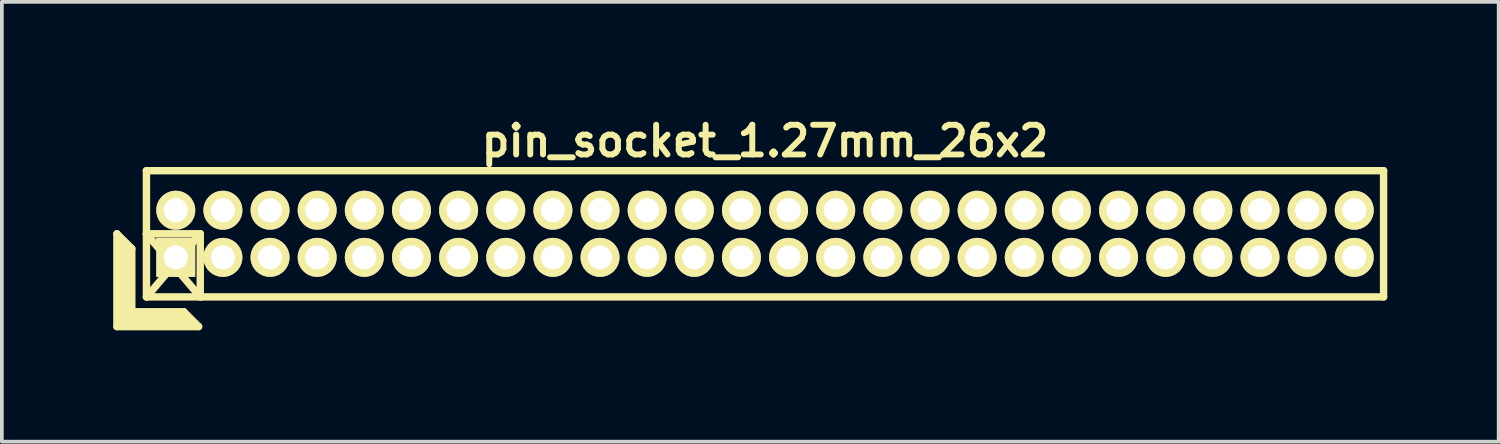
<source format=kicad_pcb>
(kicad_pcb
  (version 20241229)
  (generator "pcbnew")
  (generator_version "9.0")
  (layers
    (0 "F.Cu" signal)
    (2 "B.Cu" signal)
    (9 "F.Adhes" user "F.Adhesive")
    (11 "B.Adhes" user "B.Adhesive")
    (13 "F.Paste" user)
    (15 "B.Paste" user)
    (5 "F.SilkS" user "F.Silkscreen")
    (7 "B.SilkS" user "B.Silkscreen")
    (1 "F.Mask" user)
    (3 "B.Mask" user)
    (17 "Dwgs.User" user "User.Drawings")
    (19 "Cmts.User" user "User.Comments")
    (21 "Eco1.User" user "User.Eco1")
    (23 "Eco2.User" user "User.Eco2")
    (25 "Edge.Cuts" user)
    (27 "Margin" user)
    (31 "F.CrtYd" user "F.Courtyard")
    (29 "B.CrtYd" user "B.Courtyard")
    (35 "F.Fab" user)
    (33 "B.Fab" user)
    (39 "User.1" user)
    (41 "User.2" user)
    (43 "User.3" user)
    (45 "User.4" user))
  (footprint "pin_socket_1.27mm_26x2"
    (layer "F.Cu")
    (at 17.56 3.249)
    (property "Reference" "pin_socket_1.27mm_26x2" (at 0 -2.5 0) (layer "F.SilkS") (effects (font (size 0.8 0.8) (thickness 0.16))))
    (attr through_hole)
    (fp_line (start -17.46 0) (end -17.46 2.5) (stroke (width 0.2) (type solid)) (layer "F.SilkS"))
    (fp_line (start -17.46 0) (end -17.06 0.4) (stroke (width 0.2) (type solid)) (layer "F.SilkS"))
    (fp_line (start -17.46 2.5) (end -15.26 2.5) (stroke (width 0.2) (type solid)) (layer "F.SilkS"))
    (fp_line (start -17.36 2.4) (end -17.36 0.2) (stroke (width 0.2) (type solid)) (layer "F.SilkS"))
    (fp_line (start -17.36 2.4) (end -15.46 2.4) (stroke (width 0.2) (type solid)) (layer "F.SilkS"))
    (fp_line (start -17.26 2.3) (end -17.26 0.3) (stroke (width 0.2) (type solid)) (layer "F.SilkS"))
    (fp_line (start -17.26 2.3) (end -15.56 2.3) (stroke (width 0.2) (type solid)) (layer "F.SilkS"))
    (fp_line (start -17.16 2.2) (end -17.16 0.4) (stroke (width 0.2) (type solid)) (layer "F.SilkS"))
    (fp_line (start -17.16 2.2) (end -15.66 2.2) (stroke (width 0.2) (type solid)) (layer "F.SilkS"))
    (fp_line (start -17.06 2.1) (end -17.06 0.4) (stroke (width 0.2) (type solid)) (layer "F.SilkS"))
    (fp_line (start -17.06 2.1) (end -15.66 2.1) (stroke (width 0.2) (type solid)) (layer "F.SilkS"))
    (fp_line (start -16.665 -1.7) (end 16.665 -1.7) (stroke (width 0.2) (type solid)) (layer "F.SilkS"))
    (fp_line (start -16.665 0) (end -15.215 0) (stroke (width 0.2) (type solid)) (layer "F.SilkS"))
    (fp_line (start -16.665 0) (end -15.215 1.7) (stroke (width 0.2) (type solid)) (layer "F.SilkS"))
    (fp_line (start -16.665 1.7) (end -16.665 -1.7) (stroke (width 0.2) (type solid)) (layer "F.SilkS"))
    (fp_line (start -15.66 2.1) (end -15.26 2.5) (stroke (width 0.2) (type solid)) (layer "F.SilkS"))
    (fp_line (start -15.215 0) (end -16.66 1.7) (stroke (width 0.2) (type solid)) (layer "F.SilkS"))
    (fp_line (start -15.215 0) (end -15.215 1.7) (stroke (width 0.2) (type solid)) (layer "F.SilkS"))
    (fp_line (start 16.665 -1.7) (end 16.665 1.7) (stroke (width 0.2) (type solid)) (layer "F.SilkS"))
    (fp_line (start 16.665 1.7) (end -16.665 1.7) (stroke (width 0.2) (type solid)) (layer "F.SilkS"))
    (pad "1" thru_hole rect (at -15.875 0.635) (size 1.05 1.05) (drill 0.65) (layers "*.Cu" "*.Mask" "F.SilkS"))
    (pad "2" thru_hole oval (at -15.875 -0.635) (size 1.05 1.05) (drill 0.65) (layers "*.Cu" "*.Mask" "F.SilkS"))
    (pad "3" thru_hole oval (at -14.605 0.635) (size 1.05 1.05) (drill 0.65) (layers "*.Cu" "*.Mask" "F.SilkS"))
    (pad "4" thru_hole oval (at -14.605 -0.635) (size 1.05 1.05) (drill 0.65) (layers "*.Cu" "*.Mask" "F.SilkS"))
    (pad "5" thru_hole oval (at -13.335 0.635) (size 1.05 1.05) (drill 0.65) (layers "*.Cu" "*.Mask" "F.SilkS"))
    (pad "6" thru_hole oval (at -13.335 -0.635) (size 1.05 1.05) (drill 0.65) (layers "*.Cu" "*.Mask" "F.SilkS"))
    (pad "7" thru_hole oval (at -12.065 0.635) (size 1.05 1.05) (drill 0.65) (layers "*.Cu" "*.Mask" "F.SilkS"))
    (pad "8" thru_hole oval (at -12.065 -0.635) (size 1.05 1.05) (drill 0.65) (layers "*.Cu" "*.Mask" "F.SilkS"))
    (pad "9" thru_hole oval (at -10.795 0.635) (size 1.05 1.05) (drill 0.65) (layers "*.Cu" "*.Mask" "F.SilkS"))
    (pad "10" thru_hole oval (at -10.795 -0.635) (size 1.05 1.05) (drill 0.65) (layers "*.Cu" "*.Mask" "F.SilkS"))
    (pad "11" thru_hole oval (at -9.525 0.635) (size 1.05 1.05) (drill 0.65) (layers "*.Cu" "*.Mask" "F.SilkS"))
    (pad "12" thru_hole oval (at -9.525 -0.635) (size 1.05 1.05) (drill 0.65) (layers "*.Cu" "*.Mask" "F.SilkS"))
    (pad "13" thru_hole oval (at -8.255 0.635) (size 1.05 1.05) (drill 0.65) (layers "*.Cu" "*.Mask" "F.SilkS"))
    (pad "14" thru_hole oval (at -8.255 -0.635) (size 1.05 1.05) (drill 0.65) (layers "*.Cu" "*.Mask" "F.SilkS"))
    (pad "15" thru_hole oval (at -6.985 0.635) (size 1.05 1.05) (drill 0.65) (layers "*.Cu" "*.Mask" "F.SilkS"))
    (pad "16" thru_hole oval (at -6.985 -0.635) (size 1.05 1.05) (drill 0.65) (layers "*.Cu" "*.Mask" "F.SilkS"))
    (pad "17" thru_hole oval (at -5.715 0.635) (size 1.05 1.05) (drill 0.65) (layers "*.Cu" "*.Mask" "F.SilkS"))
    (pad "18" thru_hole oval (at -5.715 -0.635) (size 1.05 1.05) (drill 0.65) (layers "*.Cu" "*.Mask" "F.SilkS"))
    (pad "19" thru_hole oval (at -4.445 0.635) (size 1.05 1.05) (drill 0.65) (layers "*.Cu" "*.Mask" "F.SilkS"))
    (pad "20" thru_hole oval (at -4.445 -0.635) (size 1.05 1.05) (drill 0.65) (layers "*.Cu" "*.Mask" "F.SilkS"))
    (pad "21" thru_hole oval (at -3.175 0.635) (size 1.05 1.05) (drill 0.65) (layers "*.Cu" "*.Mask" "F.SilkS"))
    (pad "22" thru_hole oval (at -3.175 -0.635) (size 1.05 1.05) (drill 0.65) (layers "*.Cu" "*.Mask" "F.SilkS"))
    (pad "23" thru_hole oval (at -1.905 0.635) (size 1.05 1.05) (drill 0.65) (layers "*.Cu" "*.Mask" "F.SilkS"))
    (pad "24" thru_hole oval (at -1.905 -0.635) (size 1.05 1.05) (drill 0.65) (layers "*.Cu" "*.Mask" "F.SilkS"))
    (pad "25" thru_hole oval (at -0.635 0.635) (size 1.05 1.05) (drill 0.65) (layers "*.Cu" "*.Mask" "F.SilkS"))
    (pad "26" thru_hole oval (at -0.635 -0.635) (size 1.05 1.05) (drill 0.65) (layers "*.Cu" "*.Mask" "F.SilkS"))
    (pad "27" thru_hole oval (at 0.635 0.635) (size 1.05 1.05) (drill 0.65) (layers "*.Cu" "*.Mask" "F.SilkS"))
    (pad "28" thru_hole oval (at 0.635 -0.635) (size 1.05 1.05) (drill 0.65) (layers "*.Cu" "*.Mask" "F.SilkS"))
    (pad "29" thru_hole oval (at 1.905 0.635) (size 1.05 1.05) (drill 0.65) (layers "*.Cu" "*.Mask" "F.SilkS"))
    (pad "30" thru_hole oval (at 1.905 -0.635) (size 1.05 1.05) (drill 0.65) (layers "*.Cu" "*.Mask" "F.SilkS"))
    (pad "31" thru_hole oval (at 3.175 0.635) (size 1.05 1.05) (drill 0.65) (layers "*.Cu" "*.Mask" "F.SilkS"))
    (pad "32" thru_hole oval (at 3.175 -0.635) (size 1.05 1.05) (drill 0.65) (layers "*.Cu" "*.Mask" "F.SilkS"))
    (pad "33" thru_hole oval (at 4.445 0.635) (size 1.05 1.05) (drill 0.65) (layers "*.Cu" "*.Mask" "F.SilkS"))
    (pad "34" thru_hole oval (at 4.445 -0.635) (size 1.05 1.05) (drill 0.65) (layers "*.Cu" "*.Mask" "F.SilkS"))
    (pad "35" thru_hole oval (at 5.715 0.635) (size 1.05 1.05) (drill 0.65) (layers "*.Cu" "*.Mask" "F.SilkS"))
    (pad "36" thru_hole oval (at 5.715 -0.635) (size 1.05 1.05) (drill 0.65) (layers "*.Cu" "*.Mask" "F.SilkS"))
    (pad "37" thru_hole oval (at 6.985 0.635) (size 1.05 1.05) (drill 0.65) (layers "*.Cu" "*.Mask" "F.SilkS"))
    (pad "38" thru_hole oval (at 6.985 -0.635) (size 1.05 1.05) (drill 0.65) (layers "*.Cu" "*.Mask" "F.SilkS"))
    (pad "39" thru_hole oval (at 8.255 0.635) (size 1.05 1.05) (drill 0.65) (layers "*.Cu" "*.Mask" "F.SilkS"))
    (pad "40" thru_hole oval (at 8.255 -0.635) (size 1.05 1.05) (drill 0.65) (layers "*.Cu" "*.Mask" "F.SilkS"))
    (pad "41" thru_hole oval (at 9.525 0.635) (size 1.05 1.05) (drill 0.65) (layers "*.Cu" "*.Mask" "F.SilkS"))
    (pad "42" thru_hole oval (at 9.525 -0.635) (size 1.05 1.05) (drill 0.65) (layers "*.Cu" "*.Mask" "F.SilkS"))
    (pad "43" thru_hole oval (at 10.795 0.635) (size 1.05 1.05) (drill 0.65) (layers "*.Cu" "*.Mask" "F.SilkS"))
    (pad "44" thru_hole oval (at 10.795 -0.635) (size 1.05 1.05) (drill 0.65) (layers "*.Cu" "*.Mask" "F.SilkS"))
    (pad "45" thru_hole oval (at 12.065 0.635) (size 1.05 1.05) (drill 0.65) (layers "*.Cu" "*.Mask" "F.SilkS"))
    (pad "46" thru_hole oval (at 12.065 -0.635) (size 1.05 1.05) (drill 0.65) (layers "*.Cu" "*.Mask" "F.SilkS"))
    (pad "47" thru_hole oval (at 13.335 0.635) (size 1.05 1.05) (drill 0.65) (layers "*.Cu" "*.Mask" "F.SilkS"))
    (pad "48" thru_hole oval (at 13.335 -0.635) (size 1.05 1.05) (drill 0.65) (layers "*.Cu" "*.Mask" "F.SilkS"))
    (pad "49" thru_hole oval (at 14.605 0.635) (size 1.05 1.05) (drill 0.65) (layers "*.Cu" "*.Mask" "F.SilkS"))
    (pad "50" thru_hole oval (at 14.605 -0.635) (size 1.05 1.05) (drill 0.65) (layers "*.Cu" "*.Mask" "F.SilkS"))
    (pad "51" thru_hole circle (at 15.875 0.635) (size 1.05 1.05) (drill 0.65) (layers "*.Cu" "*.Mask" "F.SilkS"))
    (pad "52" thru_hole oval (at 15.875 -0.635) (size 1.05 1.05) (drill 0.65) (layers "*.Cu" "*.Mask" "F.SilkS")))
  (gr_rect
    (start -3 -3)
    (end 37.325 8.849)
    (stroke (width 0.1) (type default))
    (fill no)
    (layer "Edge.Cuts")))
</source>
